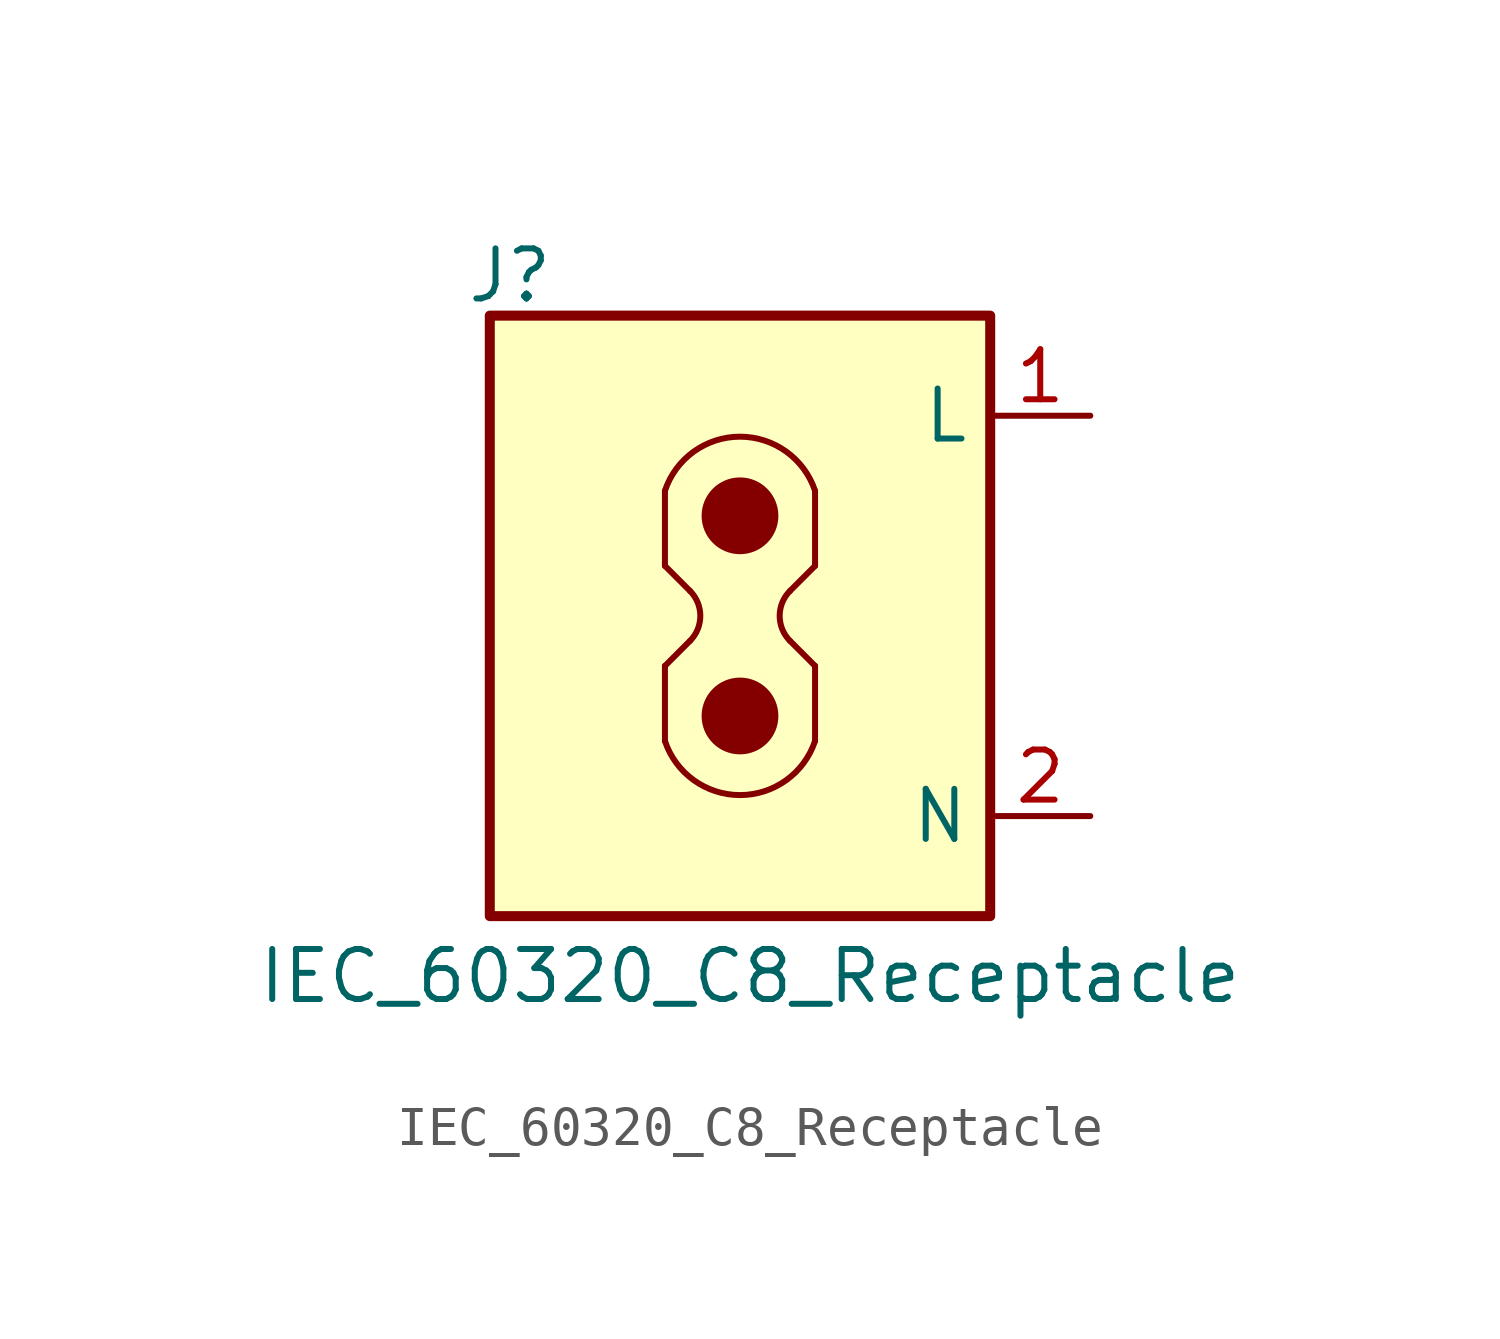
<source format=kicad_sym>
(kicad_symbol_lib
  (version 20241209)
  (generator "kicad_symbol_editor")
  (generator_version "9.0")
  (symbol "IEC_60320_C8_Receptacle"
    (property "Reference" "J"
      (at -5.842 8.636 0)
      (effects (font (size 1.27 1.27))))
    (property "Value" "IEC_60320_C8_Receptacle"
      (at 0.254 -9.144 0)
      (effects (font (size 1.27 1.27))))
    (symbol "IEC_60320_C8_Receptacle_0_1"
      (arc (start -1.27 0.635) (mid -1.007 0) (end -1.27 -0.635) (stroke (width 0) (type default)) (fill (type none)))
      (polyline (pts (xy -1.905 1.27) (xy -1.905 3.175)) (stroke (width 0) (type default)) (fill (type none)))
      (polyline (pts (xy -1.905 -1.27) (xy -1.905 -3.175)) (stroke (width 0) (type default)) (fill (type none)))
      (polyline (pts (xy -1.27 -0.635) (xy -1.905 -1.27)) (stroke (width 0) (type default)) (fill (type none)))
      (arc (start -1.905 3.175) (mid 0 4.548) (end 1.905 3.175) (stroke (width 0) (type default)) (fill (type none)))
      (arc (start 1.905 -3.175) (mid 0 -4.548) (end -1.905 -3.175) (stroke (width 0) (type default)) (fill (type none)))
      (polyline (pts (xy 1.27 0.635) (xy 1.905 1.27)) (stroke (width 0) (type default)) (fill (type none)))
      (polyline (pts (xy 1.27 -0.635) (xy 1.905 -1.27)) (stroke (width 0) (type default)) (fill (type none)))
      (polyline (pts (xy 1.905 1.27) (xy 1.905 3.175)) (stroke (width 0) (type default)) (fill (type none)))
      (arc (start 1.27 -0.635) (mid 1.007 0) (end 1.27 0.635) (stroke (width 0) (type default)) (fill (type none)))
      (polyline (pts (xy 1.905 -1.27) (xy 1.905 -3.175)) (stroke (width 0) (type default)) (fill (type none))))
    (symbol "IEC_60320_C8_Receptacle_1_1"
      (polyline (pts (xy -6.35 7.62) (xy 6.35 7.62) (xy 6.35 -7.62) (xy -6.35 -7.62) (xy -6.35 7.62)) (stroke (width 0.254) (type default)) (fill (type background)))
      (polyline (pts (xy -1.27 0.635) (xy -1.905 1.27)) (stroke (width 0) (type default)) (fill (type background)))
      (circle (center 0 2.54) (radius 0.898) (stroke (width 0) (type default)) (fill (type outline)))
      (circle (center 0 -2.54) (radius 0.898) (stroke (width 0) (type default)) (fill (type outline)))
      (pin power_in line (at 8.89 5.08 180) (length 2.54) (name "L" (effects (font (size 1.27 1.27)))) (number "1" (effects (font (size 1.27 1.27)))))
      (pin power_in line (at 8.89 -5.08 180) (length 2.54) (name "N" (effects (font (size 1.27 1.27)))) (number "2" (effects (font (size 1.27 1.27))))))))
</source>
